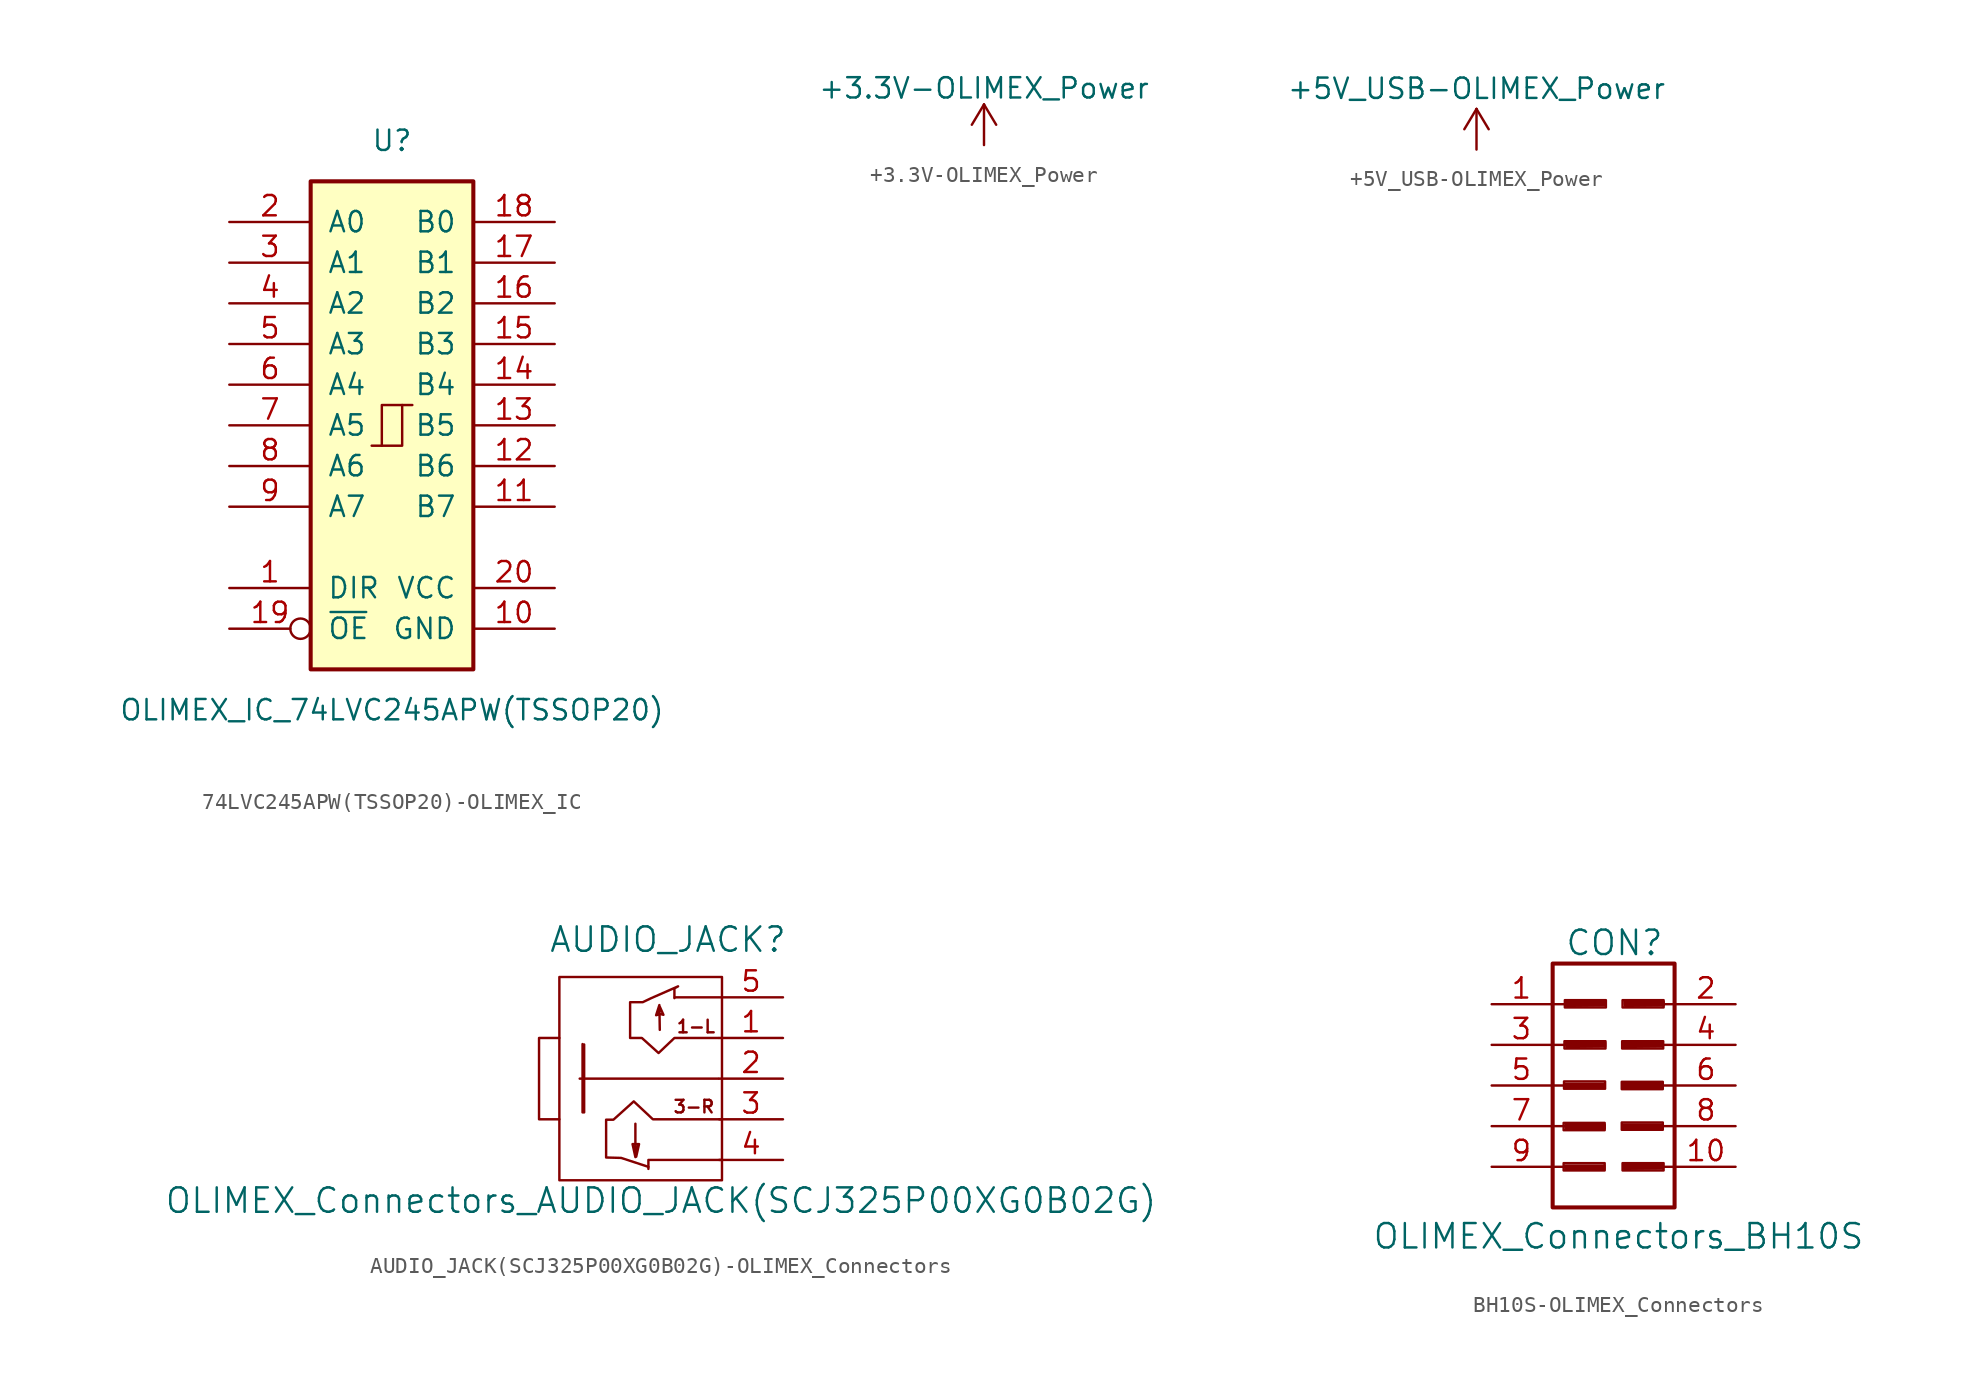
<source format=kicad_sym>
(kicad_symbol_lib
  (version 20220914)
  (generator kicad_symbol_editor)
  (symbol "74LVC245APW(TSSOP20)-OLIMEX_IC"
    (pin_names
      (offset 1.016))
    (property "Reference" "U"
      (at 0 17.78 0)
      (effects (font (size 1.27 1.27))))
    (property "Value" "OLIMEX_IC_74LVC245APW(TSSOP20)"
      (at 0 -17.78 0)
      (effects (font (size 1.27 1.27))))
    (symbol "74LVC245APW(TSSOP20)-OLIMEX_IC_1_0"
      (polyline (pts (xy -0.635 -1.27) (xy -0.635 1.27) (xy 0.635 1.27)) (stroke (width 0) (type solid)) (fill (type none)))
      (polyline (pts (xy -1.27 -1.27) (xy 0.635 -1.27) (xy 0.635 1.27) (xy 1.27 1.27)) (stroke (width 0) (type solid)) (fill (type none)))
      (pin input line (at -10.16 -10.16 0) (length 5.08) (name "DIR" (effects (font (size 1.27 1.27)))) (number "1" (effects (font (size 1.27 1.27)))))
      (pin power_in line (at 10.16 -12.7 180) (length 5.08) (name "GND" (effects (font (size 1.27 1.27)))) (number "10" (effects (font (size 1.27 1.27)))))
      (pin tri_state line (at 10.16 -5.08 180) (length 5.08) (name "B7" (effects (font (size 1.27 1.27)))) (number "11" (effects (font (size 1.27 1.27)))))
      (pin tri_state line (at 10.16 -2.54 180) (length 5.08) (name "B6" (effects (font (size 1.27 1.27)))) (number "12" (effects (font (size 1.27 1.27)))))
      (pin tri_state line (at 10.16 0 180) (length 5.08) (name "B5" (effects (font (size 1.27 1.27)))) (number "13" (effects (font (size 1.27 1.27)))))
      (pin tri_state line (at 10.16 2.54 180) (length 5.08) (name "B4" (effects (font (size 1.27 1.27)))) (number "14" (effects (font (size 1.27 1.27)))))
      (pin tri_state line (at 10.16 5.08 180) (length 5.08) (name "B3" (effects (font (size 1.27 1.27)))) (number "15" (effects (font (size 1.27 1.27)))))
      (pin tri_state line (at 10.16 7.62 180) (length 5.08) (name "B2" (effects (font (size 1.27 1.27)))) (number "16" (effects (font (size 1.27 1.27)))))
      (pin tri_state line (at 10.16 10.16 180) (length 5.08) (name "B1" (effects (font (size 1.27 1.27)))) (number "17" (effects (font (size 1.27 1.27)))))
      (pin tri_state line (at 10.16 12.7 180) (length 5.08) (name "B0" (effects (font (size 1.27 1.27)))) (number "18" (effects (font (size 1.27 1.27)))))
      (pin input inverted (at -10.16 -12.7 0) (length 5.08) (name "~{OE}" (effects (font (size 1.27 1.27)))) (number "19" (effects (font (size 1.27 1.27)))))
      (pin tri_state line (at -10.16 12.7 0) (length 5.08) (name "A0" (effects (font (size 1.27 1.27)))) (number "2" (effects (font (size 1.27 1.27)))))
      (pin power_in line (at 10.16 -10.16 180) (length 5.08) (name "VCC" (effects (font (size 1.27 1.27)))) (number "20" (effects (font (size 1.27 1.27)))))
      (pin tri_state line (at -10.16 10.16 0) (length 5.08) (name "A1" (effects (font (size 1.27 1.27)))) (number "3" (effects (font (size 1.27 1.27)))))
      (pin tri_state line (at -10.16 7.62 0) (length 5.08) (name "A2" (effects (font (size 1.27 1.27)))) (number "4" (effects (font (size 1.27 1.27)))))
      (pin tri_state line (at -10.16 5.08 0) (length 5.08) (name "A3" (effects (font (size 1.27 1.27)))) (number "5" (effects (font (size 1.27 1.27)))))
      (pin tri_state line (at -10.16 2.54 0) (length 5.08) (name "A4" (effects (font (size 1.27 1.27)))) (number "6" (effects (font (size 1.27 1.27)))))
      (pin tri_state line (at -10.16 0 0) (length 5.08) (name "A5" (effects (font (size 1.27 1.27)))) (number "7" (effects (font (size 1.27 1.27)))))
      (pin tri_state line (at -10.16 -2.54 0) (length 5.08) (name "A6" (effects (font (size 1.27 1.27)))) (number "8" (effects (font (size 1.27 1.27)))))
      (pin tri_state line (at -10.16 -5.08 0) (length 5.08) (name "A7" (effects (font (size 1.27 1.27)))) (number "9" (effects (font (size 1.27 1.27))))))
    (symbol "74LVC245APW(TSSOP20)-OLIMEX_IC_1_1"
      (rectangle (start -5.08 15.24) (end 5.08 -15.24) (stroke (width 0.254) (type solid)) (fill (type background)))))
  (symbol "+3.3V-OLIMEX_Power"
    (power)
    (pin_names
      (offset 0))
    (property "Reference" "#PWR"
      (at 0 -3.81 0)
      (effects (font (size 1.27 1.27)) hide))
    (property "Value" "+3.3V-OLIMEX_Power"
      (at 0 3.556 0)
      (effects (font (size 1.27 1.27))))
    (property "Footprint" ""
      (at 0 0 0)
      (effects (font (size 1.524 1.524))))
    (property "Datasheet" ""
      (at 0 0 0)
      (effects (font (size 1.524 1.524))))
    (symbol "+3.3V-OLIMEX_Power_0_1"
      (polyline (pts (xy -0.762 1.27) (xy 0 2.54)) (stroke (width 0) (type solid)) (fill (type none)))
      (polyline (pts (xy 0 0) (xy 0 2.54)) (stroke (width 0) (type solid)) (fill (type none)))
      (polyline (pts (xy 0 2.54) (xy 0.762 1.27)) (stroke (width 0) (type solid)) (fill (type none))))
    (symbol "+3.3V-OLIMEX_Power_1_1"
      (pin power_in line (at 0 0 90) (length 0) hide (name "+3.3V" (effects (font (size 1.27 1.27)))) (number "1" (effects (font (size 1.27 1.27)))))))
  (symbol "+5V_USB-OLIMEX_Power"
    (power)
    (pin_names
      (offset 0))
    (property "Reference" "#PWR"
      (at 0 -3.81 0)
      (effects (font (size 1.27 1.27)) hide))
    (property "Value" "+5V_USB-OLIMEX_Power"
      (at 0 3.81 0)
      (effects (font (size 1.27 1.27))))
    (symbol "+5V_USB-OLIMEX_Power_1_1"
      (polyline (pts (xy -0.762 1.27) (xy 0 2.54)) (stroke (width 0) (type solid)) (fill (type none)))
      (polyline (pts (xy 0 0) (xy 0 2.54)) (stroke (width 0) (type solid)) (fill (type none)))
      (polyline (pts (xy 0 2.54) (xy 0.762 1.27)) (stroke (width 0) (type solid)) (fill (type none)))
      (pin power_in line (at 0 0 90) (length 0) hide (name "+5V_USB" (effects (font (size 1.27 1.27)))) (number "1" (effects (font (size 1.27 1.27)))))))
  (symbol "AUDIO_JACK(SCJ325P00XG0B02G)-OLIMEX_Connectors"
    (pin_names
      (offset 1.016))
    (property "Reference" "AUDIO_JACK"
      (at 0.432 8.687 0)
      (effects (font (size 1.524 1.524))))
    (property "Value" "OLIMEX_Connectors_AUDIO_JACK(SCJ325P00XG0B02G)"
      (at 0 -7.62 0)
      (effects (font (size 1.524 1.524))))
    (property "Datasheet" ""
      (at -1.27 -1.27 0)
      (effects (font (size 1.524 1.524))))
    (symbol "AUDIO_JACK(SCJ325P00XG0B02G)-OLIMEX_Connectors_0_0"
      (polyline (pts (xy -5.08 0) (xy 3.581 0)) (stroke (width 0) (type solid)) (fill (type none)))
      (polyline (pts (xy -1.473 -4.191) (xy -1.549 -4.547)) (stroke (width 0) (type solid)) (fill (type none)))
      (polyline (pts (xy 3.556 5.08) (xy 0.864 5.08)) (stroke (width 0) (type solid)) (fill (type none)))
      (polyline (pts (xy 3.81 -5.08) (xy -0.787 -5.08) (xy -0.787 -5.639) (xy -0.787 -5.613)) (stroke (width 0) (type solid)) (fill (type none)))
      (polyline (pts (xy -4.902 2.159) (xy -4.902 -2.108) (xy -4.801 -2.108) (xy -4.801 2.134) (xy -4.877 -1.956)) (stroke (width 0) (type solid)) (fill (type none)))
      (polyline (pts (xy -1.6 -2.819) (xy -1.6 -4.902) (xy -1.778 -4.089) (xy -1.372 -4.089) (xy -1.549 -4.877)) (stroke (width 0) (type solid)) (fill (type none)))
      (polyline (pts (xy -0.076 3.048) (xy -0.102 4.597) (xy -0.305 3.962) (xy -0.127 4.013) (xy -0.076 4.496) (xy 0.152 3.988) (xy -0.051 4.039)) (stroke (width 0) (type solid)) (fill (type none)))
      (polyline (pts (xy -0.787 -5.512) (xy -2.489 -4.953) (xy -3.429 -4.928) (xy -3.429 -2.565) (xy -2.972 -2.565) (xy -1.702 -1.422) (xy -0.508 -2.54) (xy 3.81 -2.54)) (stroke (width 0) (type solid)) (fill (type none)))
      (polyline (pts (xy 0.838 5.029) (xy 0.838 5.639) (xy 1.067 5.766) (xy -0.61 5.029) (xy -1.143 4.775) (xy -1.93 4.775) (xy -1.93 2.54) (xy -1.194 2.54) (xy -0.152 1.6) (xy 0.838 2.54) (xy 3.607 2.54)) (stroke (width 0) (type solid)) (fill (type none)))
      (text "1-L" (at 2.184 3.251 0) (effects (font (size 0.787 0.787))))
      (text "3-R" (at 2.057 -1.753 0) (effects (font (size 0.787 0.787)))))
    (symbol "AUDIO_JACK(SCJ325P00XG0B02G)-OLIMEX_Connectors_0_1"
      (polyline (pts (xy -6.35 2.54) (xy -7.62 2.54) (xy -7.62 -2.54) (xy -6.35 -2.54)) (stroke (width 0) (type solid)) (fill (type none)))
      (rectangle (start 3.81 6.35) (end -6.35 -6.35) (stroke (width 0) (type solid)) (fill (type none))))
    (symbol "AUDIO_JACK(SCJ325P00XG0B02G)-OLIMEX_Connectors_1_1"
      (pin passive line (at 7.62 2.54 180) (length 3.988) (name "~" (effects (font (size 1.27 1.27)))) (number "1" (effects (font (size 1.27 1.27)))))
      (pin passive line (at 7.62 0 180) (length 3.988) (name "~" (effects (font (size 1.27 1.27)))) (number "2" (effects (font (size 1.27 1.27)))))
      (pin passive line (at 7.62 -2.54 180) (length 3.988) (name "~" (effects (font (size 1.27 1.27)))) (number "3" (effects (font (size 1.27 1.27)))))
      (pin passive line (at 7.62 -5.08 180) (length 3.988) (name "~" (effects (font (size 1.27 1.27)))) (number "4" (effects (font (size 1.27 1.27)))))
      (pin passive line (at 7.62 5.08 180) (length 3.988) (name "~" (effects (font (size 1.27 1.27)))) (number "5" (effects (font (size 1.27 1.27)))))))
  (symbol "BH10S-OLIMEX_Connectors"
    (pin_names
      (offset 1.016) hide)
    (property "Reference" "CON"
      (at 0.051 8.915 0)
      (effects (font (size 1.524 1.524))))
    (property "Value" "OLIMEX_Connectors_BH10S"
      (at 0.305 -9.423 0)
      (effects (font (size 1.524 1.524))))
    (property "Footprint" ""
      (at -0.203 -1.194 0)
      (effects (font (size 1.524 1.524))))
    (property "Datasheet" ""
      (at -0.203 -1.194 0)
      (effects (font (size 1.524 1.524))))
    (symbol "BH10S-OLIMEX_Connectors_0_0"
      (rectangle (start -3.124 -4.851) (end -0.559 -5.309) (stroke (width 0) (type solid)) (fill (type none)))
      (rectangle (start -3.124 -2.337) (end -0.559 -2.794) (stroke (width 0) (type solid)) (fill (type none)))
      (rectangle (start -3.099 0.254) (end -0.533 -0.203) (stroke (width 0) (type solid)) (fill (type none)))
      (rectangle (start -3.073 2.769) (end -0.508 2.311) (stroke (width 0) (type solid)) (fill (type none)))
      (rectangle (start -3.048 5.334) (end -0.483 4.877) (stroke (width 0) (type solid)) (fill (type none)))
      (polyline (pts (xy -3.023 -5.004) (xy -0.584 -5.004) (xy -0.584 -5.232) (xy -2.997 -5.258) (xy -3.023 -5.08) (xy -0.711 -5.08) (xy -0.711 -5.156) (xy -2.997 -5.105)) (stroke (width 0) (type solid)) (fill (type none)))
      (polyline (pts (xy -3.023 0.102) (xy -0.584 0.102) (xy -0.584 -0.127) (xy -2.997 -0.152) (xy -3.023 0.025) (xy -0.711 0.025) (xy -0.711 -0.051) (xy -2.997 0)) (stroke (width 0) (type solid)) (fill (type none)))
      (polyline (pts (xy -2.997 -2.464) (xy -0.559 -2.464) (xy -0.559 -2.692) (xy -2.972 -2.718) (xy -2.997 -2.54) (xy -0.686 -2.54) (xy -0.686 -2.616) (xy -2.972 -2.565)) (stroke (width 0) (type solid)) (fill (type none)))
      (polyline (pts (xy -2.972 2.667) (xy -0.533 2.667) (xy -0.533 2.438) (xy -2.946 2.413) (xy -2.972 2.591) (xy -0.66 2.591) (xy -0.66 2.515) (xy -2.946 2.565)) (stroke (width 0) (type solid)) (fill (type none)))
      (polyline (pts (xy -2.946 5.232) (xy -0.508 5.232) (xy -0.508 5.004) (xy -2.921 4.978) (xy -2.946 5.156) (xy -0.635 5.156) (xy -0.635 5.08) (xy -2.921 5.131)) (stroke (width 0) (type solid)) (fill (type none)))
      (polyline (pts (xy 0.559 0.102) (xy 2.997 0.102) (xy 2.997 -0.127) (xy 0.584 -0.152) (xy 0.559 0.025) (xy 2.87 0.025) (xy 2.87 -0.051) (xy 0.584 0)) (stroke (width 0) (type solid)) (fill (type none)))
      (polyline (pts (xy 0.584 -2.438) (xy 3.023 -2.438) (xy 3.023 -2.667) (xy 0.61 -2.692) (xy 0.584 -2.515) (xy 2.896 -2.515) (xy 2.896 -2.591) (xy 0.61 -2.54)) (stroke (width 0) (type solid)) (fill (type none)))
      (polyline (pts (xy 0.584 2.667) (xy 3.023 2.667) (xy 3.023 2.438) (xy 0.61 2.413) (xy 0.584 2.591) (xy 2.896 2.591) (xy 2.896 2.515) (xy 0.61 2.565)) (stroke (width 0) (type solid)) (fill (type none)))
      (polyline (pts (xy 0.635 -4.953) (xy 3.073 -4.953) (xy 3.073 -5.182) (xy 0.66 -5.207) (xy 0.635 -5.029) (xy 2.946 -5.029) (xy 2.946 -5.105) (xy 0.66 -5.055)) (stroke (width 0) (type solid)) (fill (type none)))
      (polyline (pts (xy 0.686 5.232) (xy 3.124 5.232) (xy 3.124 5.004) (xy 0.711 4.978) (xy 0.686 5.156) (xy 2.997 5.156) (xy 2.997 5.08) (xy 0.711 5.131)) (stroke (width 0) (type solid)) (fill (type none)))
      (rectangle (start 0.508 -2.311) (end 3.073 -2.769) (stroke (width 0) (type solid)) (fill (type none)))
      (rectangle (start 0.508 0.229) (end 3.073 -0.229) (stroke (width 0) (type solid)) (fill (type none)))
      (rectangle (start 0.533 2.769) (end 3.099 2.311) (stroke (width 0) (type solid)) (fill (type none)))
      (rectangle (start 0.559 -4.851) (end 3.124 -5.309) (stroke (width 0) (type solid)) (fill (type none)))
      (rectangle (start 0.559 5.334) (end 3.124 4.877) (stroke (width 0) (type solid)) (fill (type none))))
    (symbol "BH10S-OLIMEX_Connectors_0_1"
      (rectangle (start -3.81 7.62) (end 3.81 -7.62) (stroke (width 0.254) (type solid)) (fill (type none)))
      (polyline (pts (xy -3.81 -5.08) (xy -3.048 -5.08)) (stroke (width 0) (type solid)) (fill (type none)))
      (polyline (pts (xy -3.81 -2.54) (xy -3.048 -2.54)) (stroke (width 0) (type solid)) (fill (type none)))
      (polyline (pts (xy -3.81 0) (xy -3.048 0)) (stroke (width 0) (type solid)) (fill (type none)))
      (polyline (pts (xy -3.81 2.54) (xy -3.048 2.54)) (stroke (width 0) (type solid)) (fill (type none)))
      (polyline (pts (xy -3.81 5.08) (xy -3.048 5.08)) (stroke (width 0) (type solid)) (fill (type none)))
      (polyline (pts (xy 3.81 -5.08) (xy 3.048 -5.08)) (stroke (width 0) (type solid)) (fill (type none)))
      (polyline (pts (xy 3.81 -2.54) (xy 3.048 -2.54)) (stroke (width 0) (type solid)) (fill (type none)))
      (polyline (pts (xy 3.81 0) (xy 3.048 0)) (stroke (width 0) (type solid)) (fill (type none)))
      (polyline (pts (xy 3.81 2.54) (xy 3.048 2.54)) (stroke (width 0) (type solid)) (fill (type none)))
      (polyline (pts (xy 3.81 5.08) (xy 3.048 5.08)) (stroke (width 0) (type solid)) (fill (type none))))
    (symbol "BH10S-OLIMEX_Connectors_1_1"
      (pin passive line (at -7.62 5.08 0) (length 3.708) (name "1" (effects (font (size 1.27 1.27)))) (number "1" (effects (font (size 1.27 1.27)))))
      (pin passive line (at 7.62 -5.08 180) (length 3.708) (name "10" (effects (font (size 1.27 1.27)))) (number "10" (effects (font (size 1.27 1.27)))))
      (pin passive line (at 7.62 5.08 180) (length 3.708) (name "2" (effects (font (size 1.27 1.27)))) (number "2" (effects (font (size 1.27 1.27)))))
      (pin passive line (at -7.62 2.54 0) (length 3.708) (name "3" (effects (font (size 1.27 1.27)))) (number "3" (effects (font (size 1.27 1.27)))))
      (pin passive line (at 7.62 2.54 180) (length 3.708) (name "4" (effects (font (size 1.27 1.27)))) (number "4" (effects (font (size 1.27 1.27)))))
      (pin passive line (at -7.62 0 0) (length 3.708) (name "5" (effects (font (size 1.27 1.27)))) (number "5" (effects (font (size 1.27 1.27)))))
      (pin passive line (at 7.62 0 180) (length 3.708) (name "6" (effects (font (size 1.27 1.27)))) (number "6" (effects (font (size 1.27 1.27)))))
      (pin passive line (at -7.62 -2.54 0) (length 3.708) (name "7" (effects (font (size 1.27 1.27)))) (number "7" (effects (font (size 1.27 1.27)))))
      (pin passive line (at 7.62 -2.54 180) (length 3.708) (name "8" (effects (font (size 1.27 1.27)))) (number "8" (effects (font (size 1.27 1.27)))))
      (pin passive line (at -7.62 -5.08 0) (length 3.708) (name "9" (effects (font (size 1.27 1.27)))) (number "9" (effects (font (size 1.27 1.27))))))))
</source>
